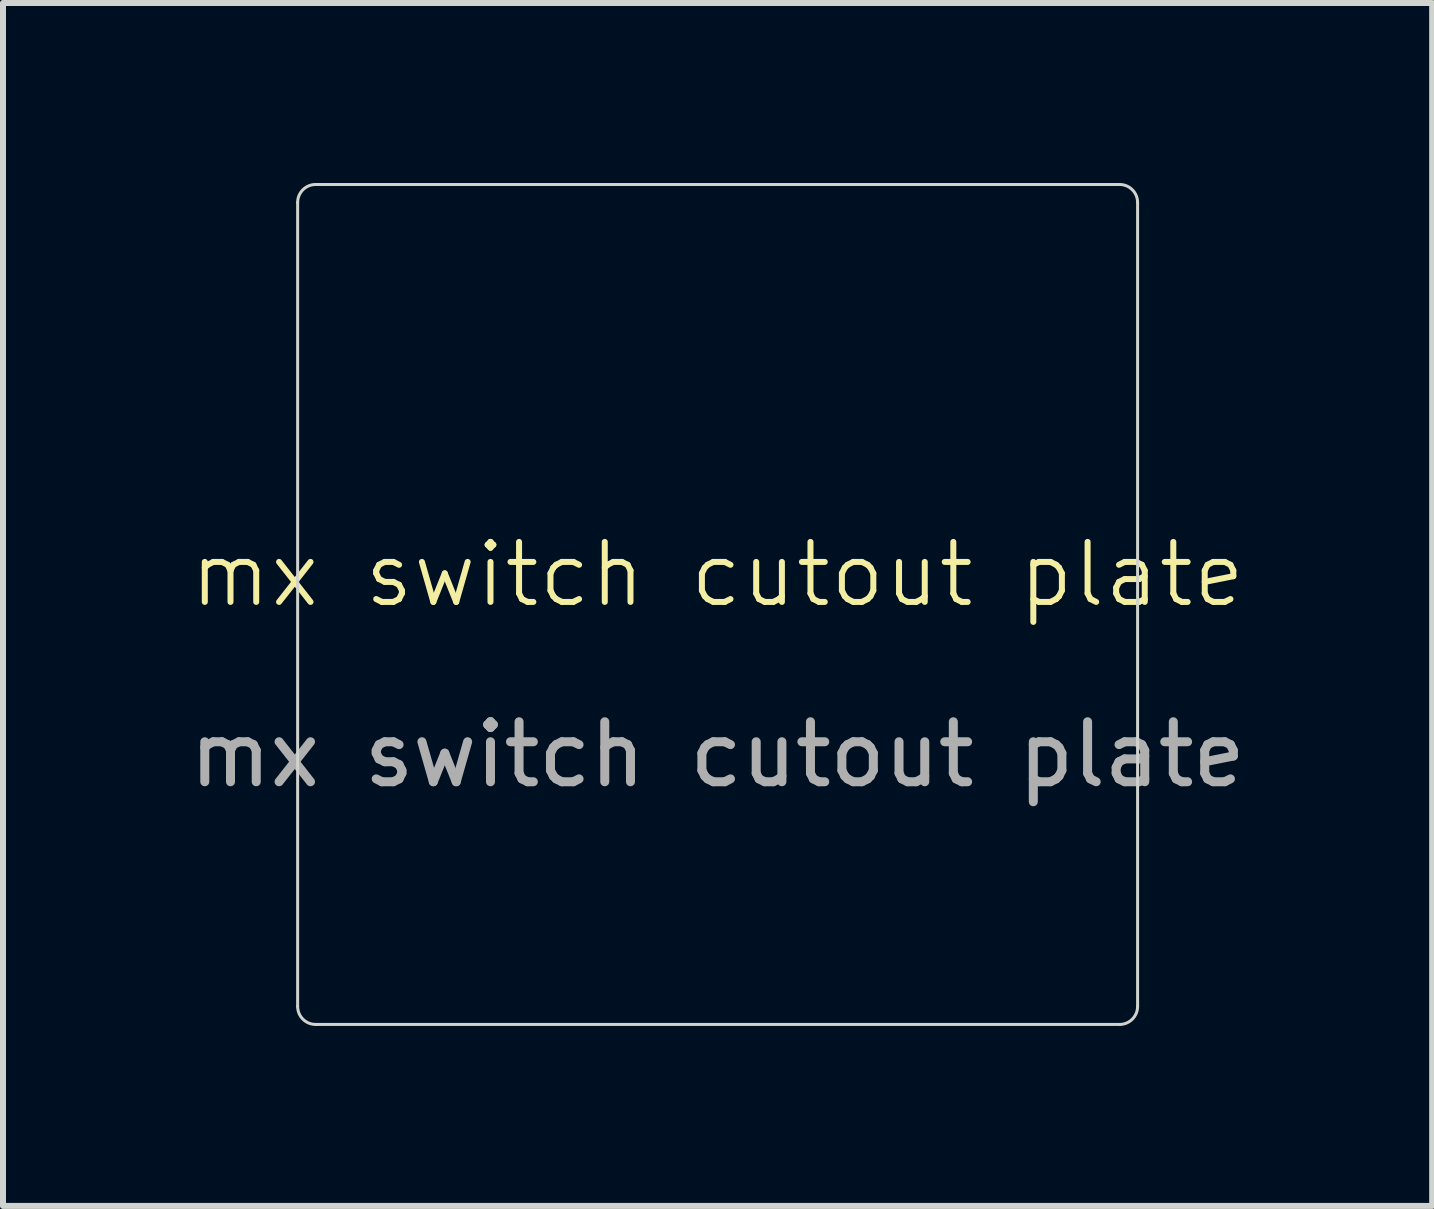
<source format=kicad_pcb>
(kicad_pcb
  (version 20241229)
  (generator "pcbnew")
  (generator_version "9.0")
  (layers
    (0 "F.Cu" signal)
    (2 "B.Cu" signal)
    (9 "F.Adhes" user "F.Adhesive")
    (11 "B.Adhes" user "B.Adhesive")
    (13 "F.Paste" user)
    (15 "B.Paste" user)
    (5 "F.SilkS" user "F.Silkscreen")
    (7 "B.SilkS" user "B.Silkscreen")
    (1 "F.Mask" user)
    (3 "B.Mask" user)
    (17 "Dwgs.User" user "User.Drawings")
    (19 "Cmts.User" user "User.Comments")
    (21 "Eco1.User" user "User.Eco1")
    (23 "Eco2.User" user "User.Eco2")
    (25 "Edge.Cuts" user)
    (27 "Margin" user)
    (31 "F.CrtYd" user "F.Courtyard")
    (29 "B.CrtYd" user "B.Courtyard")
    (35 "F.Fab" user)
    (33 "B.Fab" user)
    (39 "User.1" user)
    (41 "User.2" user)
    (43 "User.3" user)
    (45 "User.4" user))
  (footprint "mx switch cutout plate"
    (layer "F.Cu")
    (at 8.911 7.025)
    (property "Reference" "mx switch cutout plate" (at 0 -0.5 0) (unlocked yes) (layer "F.SilkS") (effects (font (size 1 1) (thickness 0.1))))
    (fp_line (start -7 6.7) (end -7 -6.7) (stroke (width 0.05) (type default)) (layer "Edge.Cuts"))
    (fp_line (start 6.7 -7) (end -6.7 -7) (stroke (width 0.05) (type default)) (layer "Edge.Cuts"))
    (fp_line (start 6.7 7) (end -6.7 7) (stroke (width 0.05) (type default)) (layer "Edge.Cuts"))
    (fp_line (start 7 6.7) (end 7 -6.7) (stroke (width 0.05) (type default)) (layer "Edge.Cuts"))
    (fp_arc (start -7 -6.7) (mid -6.912132 -6.912132) (end -6.7 -7) (stroke (width 0.05) (type default)) (layer "Edge.Cuts"))
    (fp_arc (start -6.7 7) (mid -6.912132 6.912132) (end -7 6.7) (stroke (width 0.05) (type default)) (layer "Edge.Cuts"))
    (fp_arc (start 6.7 -7) (mid 6.912132 -6.912132) (end 7 -6.7) (stroke (width 0.05) (type default)) (layer "Edge.Cuts"))
    (fp_arc (start 7 6.7) (mid 6.912132 6.912132) (end 6.7 7) (stroke (width 0.05) (type default)) (layer "Edge.Cuts"))
    (fp_text user "${REFERENCE}" (at 0 2.5 0) (unlocked yes) (layer "F.Fab") (effects (font (size 1 1) (thickness 0.15)))))
  (gr_rect
    (start -3 -3)
    (end 20.821 17.05)
    (stroke (width 0.1) (type default))
    (fill no)
    (layer "Edge.Cuts")))
</source>
